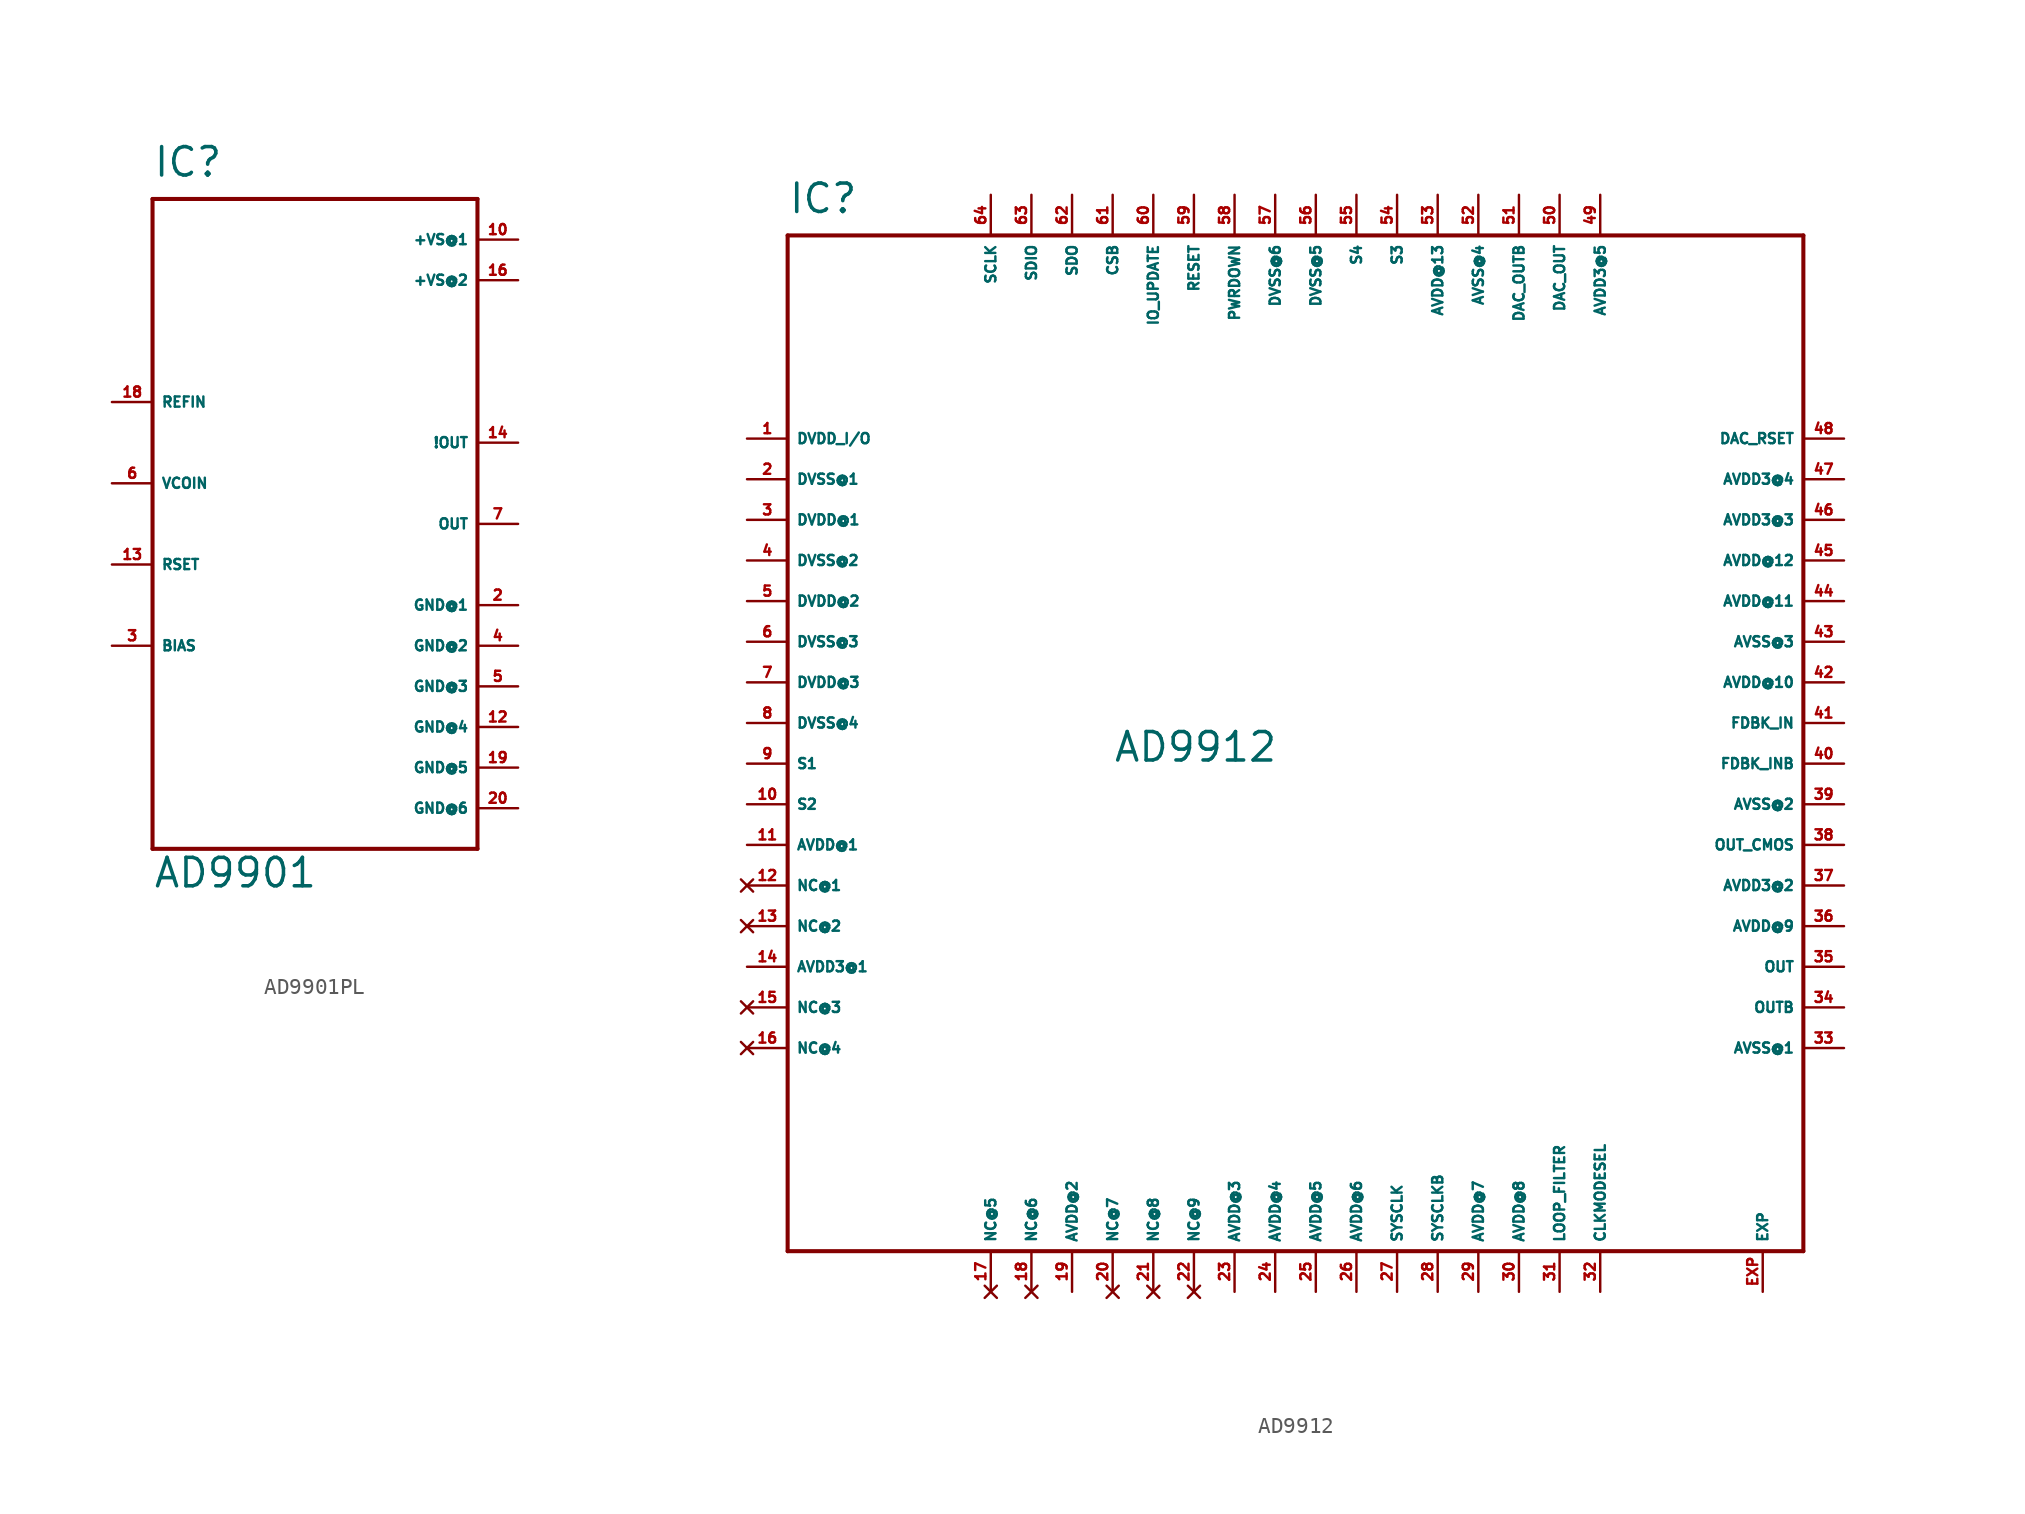
<source format=kicad_sym>
(kicad_symbol_lib
  (version 20220914)
  (generator Eagle2Kicad)
  (symbol "AD9901PL"
    (property "Reference" "IC"
      (at -10.16 21.59 0)
      (effects (font (size 1.778 1.778) (thickness 0.22)) (justify left bottom)))
    (property "Value" "AD9901"
      (at -10.16 -22.86 0)
      (effects (font (size 1.778 1.778) (thickness 0.22)) (justify left bottom)))
    (polyline
      (pts (xy -10.16 20.32) (xy 10.16 20.32))
      (stroke (width 0.254) (type default))
      (fill (type none)))
    (polyline
      (pts (xy 10.16 20.32) (xy 10.16 -20.32))
      (stroke (width 0.254) (type default))
      (fill (type none)))
    (polyline
      (pts (xy 10.16 -20.32) (xy -10.16 -20.32))
      (stroke (width 0.254) (type default))
      (fill (type none)))
    (polyline
      (pts (xy -10.16 -20.32) (xy -10.16 20.32))
      (stroke (width 0.254) (type default))
      (fill (type none)))
    (pin output line
      (at -12.7 7.62 0)
      (length 2.54)
      (name "REFIN" (effects (font (size 0.635 0.635) (thickness 0.08)) (justify left bottom)))
      (number "18" (effects (font (size 0.635 0.635) (thickness 0.08)) (justify left bottom))))
    (pin input line
      (at 12.7 0 180)
      (length 2.54)
      (name "OUT" (effects (font (size 0.635 0.635) (thickness 0.08)) (justify left bottom)))
      (number "7" (effects (font (size 0.635 0.635) (thickness 0.08)) (justify left bottom))))
    (pin input line
      (at 12.7 5.08 180)
      (length 2.54)
      (name "!OUT" (effects (font (size 0.635 0.635) (thickness 0.08)) (justify left bottom)))
      (number "14" (effects (font (size 0.635 0.635) (thickness 0.08)) (justify left bottom))))
    (pin input line
      (at -12.7 -7.62 0)
      (length 2.54)
      (name "BIAS" (effects (font (size 0.635 0.635) (thickness 0.08)) (justify left bottom)))
      (number "3" (effects (font (size 0.635 0.635) (thickness 0.08)) (justify left bottom))))
    (pin input line
      (at -12.7 2.54 0)
      (length 2.54)
      (name "VCOIN" (effects (font (size 0.635 0.635) (thickness 0.08)) (justify left bottom)))
      (number "6" (effects (font (size 0.635 0.635) (thickness 0.08)) (justify left bottom))))
    (pin input line
      (at -12.7 -2.54 0)
      (length 2.54)
      (name "RSET" (effects (font (size 0.635 0.635) (thickness 0.08)) (justify left bottom)))
      (number "13" (effects (font (size 0.635 0.635) (thickness 0.08)) (justify left bottom))))
    (pin input line
      (at 12.7 17.78 180)
      (length 2.54)
      (name "+VS@1" (effects (font (size 0.635 0.635) (thickness 0.08)) (justify left bottom)))
      (number "10" (effects (font (size 0.635 0.635) (thickness 0.08)) (justify left bottom))))
    (pin input line
      (at 12.7 15.24 180)
      (length 2.54)
      (name "+VS@2" (effects (font (size 0.635 0.635) (thickness 0.08)) (justify left bottom)))
      (number "16" (effects (font (size 0.635 0.635) (thickness 0.08)) (justify left bottom))))
    (pin input line
      (at 12.7 -5.08 180)
      (length 2.54)
      (name "GND@1" (effects (font (size 0.635 0.635) (thickness 0.08)) (justify left bottom)))
      (number "2" (effects (font (size 0.635 0.635) (thickness 0.08)) (justify left bottom))))
    (pin input line
      (at 12.7 -7.62 180)
      (length 2.54)
      (name "GND@2" (effects (font (size 0.635 0.635) (thickness 0.08)) (justify left bottom)))
      (number "4" (effects (font (size 0.635 0.635) (thickness 0.08)) (justify left bottom))))
    (pin input line
      (at 12.7 -10.16 180)
      (length 2.54)
      (name "GND@3" (effects (font (size 0.635 0.635) (thickness 0.08)) (justify left bottom)))
      (number "5" (effects (font (size 0.635 0.635) (thickness 0.08)) (justify left bottom))))
    (pin input line
      (at 12.7 -12.7 180)
      (length 2.54)
      (name "GND@4" (effects (font (size 0.635 0.635) (thickness 0.08)) (justify left bottom)))
      (number "12" (effects (font (size 0.635 0.635) (thickness 0.08)) (justify left bottom))))
    (pin input line
      (at 12.7 -15.24 180)
      (length 2.54)
      (name "GND@5" (effects (font (size 0.635 0.635) (thickness 0.08)) (justify left bottom)))
      (number "19" (effects (font (size 0.635 0.635) (thickness 0.08)) (justify left bottom))))
    (pin input line
      (at 12.7 -17.78 180)
      (length 2.54)
      (name "GND@6" (effects (font (size 0.635 0.635) (thickness 0.08)) (justify left bottom)))
      (number "20" (effects (font (size 0.635 0.635) (thickness 0.08)) (justify left bottom)))))
  (symbol "AD9912"
    (property "Reference" "IC"
      (at -30.48 31.75 0)
      (effects (font (size 1.778 1.778) (thickness 0.22)) (justify left bottom)))
    (property "Value" "AD9912"
      (at -10.16 -2.54 0)
      (effects (font (size 1.778 1.778) (thickness 0.22)) (justify left bottom)))
    (polyline
      (pts (xy -30.48 30.48) (xy 33.02 30.48))
      (stroke (width 0.254) (type default))
      (fill (type none)))
    (polyline
      (pts (xy 33.02 30.48) (xy 33.02 -33.02))
      (stroke (width 0.254) (type default))
      (fill (type none)))
    (polyline
      (pts (xy 33.02 -33.02) (xy -30.48 -33.02))
      (stroke (width 0.254) (type default))
      (fill (type none)))
    (polyline
      (pts (xy -30.48 -33.02) (xy -30.48 30.48))
      (stroke (width 0.254) (type default))
      (fill (type none)))
    (pin unspecified line
      (at -33.02 17.78 0)
      (length 2.54)
      (name "DVDD_I/O" (effects (font (size 0.635 0.635) (thickness 0.08)) (justify left bottom)))
      (number "1" (effects (font (size 0.635 0.635) (thickness 0.08)) (justify left bottom))))
    (pin unspecified line
      (at -33.02 15.24 0)
      (length 2.54)
      (name "DVSS@1" (effects (font (size 0.635 0.635) (thickness 0.08)) (justify left bottom)))
      (number "2" (effects (font (size 0.635 0.635) (thickness 0.08)) (justify left bottom))))
    (pin unspecified line
      (at -33.02 12.7 0)
      (length 2.54)
      (name "DVDD@1" (effects (font (size 0.635 0.635) (thickness 0.08)) (justify left bottom)))
      (number "3" (effects (font (size 0.635 0.635) (thickness 0.08)) (justify left bottom))))
    (pin unspecified line
      (at -33.02 10.16 0)
      (length 2.54)
      (name "DVSS@2" (effects (font (size 0.635 0.635) (thickness 0.08)) (justify left bottom)))
      (number "4" (effects (font (size 0.635 0.635) (thickness 0.08)) (justify left bottom))))
    (pin unspecified line
      (at -33.02 7.62 0)
      (length 2.54)
      (name "DVDD@2" (effects (font (size 0.635 0.635) (thickness 0.08)) (justify left bottom)))
      (number "5" (effects (font (size 0.635 0.635) (thickness 0.08)) (justify left bottom))))
    (pin unspecified line
      (at -33.02 5.08 0)
      (length 2.54)
      (name "DVSS@3" (effects (font (size 0.635 0.635) (thickness 0.08)) (justify left bottom)))
      (number "6" (effects (font (size 0.635 0.635) (thickness 0.08)) (justify left bottom))))
    (pin unspecified line
      (at -33.02 2.54 0)
      (length 2.54)
      (name "DVDD@3" (effects (font (size 0.635 0.635) (thickness 0.08)) (justify left bottom)))
      (number "7" (effects (font (size 0.635 0.635) (thickness 0.08)) (justify left bottom))))
    (pin unspecified line
      (at -33.02 0 0)
      (length 2.54)
      (name "DVSS@4" (effects (font (size 0.635 0.635) (thickness 0.08)) (justify left bottom)))
      (number "8" (effects (font (size 0.635 0.635) (thickness 0.08)) (justify left bottom))))
    (pin input line
      (at -33.02 -2.54 0)
      (length 2.54)
      (name "S1" (effects (font (size 0.635 0.635) (thickness 0.08)) (justify left bottom)))
      (number "9" (effects (font (size 0.635 0.635) (thickness 0.08)) (justify left bottom))))
    (pin input line
      (at -33.02 -5.08 0)
      (length 2.54)
      (name "S2" (effects (font (size 0.635 0.635) (thickness 0.08)) (justify left bottom)))
      (number "10" (effects (font (size 0.635 0.635) (thickness 0.08)) (justify left bottom))))
    (pin unspecified line
      (at -33.02 -7.62 0)
      (length 2.54)
      (name "AVDD@1" (effects (font (size 0.635 0.635) (thickness 0.08)) (justify left bottom)))
      (number "11" (effects (font (size 0.635 0.635) (thickness 0.08)) (justify left bottom))))
    (pin no_connect line
      (at -33.02 -10.16 0)
      (length 2.54)
      (name "NC@1" (effects (font (size 0.635 0.635) (thickness 0.08)) (justify left bottom) hide))
      (number "12" (effects (font (size 0.635 0.635) (thickness 0.08)) (justify left bottom) hide)))
    (pin no_connect line
      (at -33.02 -12.7 0)
      (length 2.54)
      (name "NC@2" (effects (font (size 0.635 0.635) (thickness 0.08)) (justify left bottom) hide))
      (number "13" (effects (font (size 0.635 0.635) (thickness 0.08)) (justify left bottom) hide)))
    (pin unspecified line
      (at -33.02 -15.24 0)
      (length 2.54)
      (name "AVDD3@1" (effects (font (size 0.635 0.635) (thickness 0.08)) (justify left bottom)))
      (number "14" (effects (font (size 0.635 0.635) (thickness 0.08)) (justify left bottom))))
    (pin no_connect line
      (at -33.02 -17.78 0)
      (length 2.54)
      (name "NC@3" (effects (font (size 0.635 0.635) (thickness 0.08)) (justify left bottom) hide))
      (number "15" (effects (font (size 0.635 0.635) (thickness 0.08)) (justify left bottom) hide)))
    (pin no_connect line
      (at -33.02 -20.32 0)
      (length 2.54)
      (name "NC@4" (effects (font (size 0.635 0.635) (thickness 0.08)) (justify left bottom) hide))
      (number "16" (effects (font (size 0.635 0.635) (thickness 0.08)) (justify left bottom) hide)))
    (pin no_connect line
      (at -17.78 -35.56 90)
      (length 2.54)
      (name "NC@5" (effects (font (size 0.635 0.635) (thickness 0.08)) (justify left bottom) hide))
      (number "17" (effects (font (size 0.635 0.635) (thickness 0.08)) (justify left bottom) hide)))
    (pin no_connect line
      (at -15.24 -35.56 90)
      (length 2.54)
      (name "NC@6" (effects (font (size 0.635 0.635) (thickness 0.08)) (justify left bottom) hide))
      (number "18" (effects (font (size 0.635 0.635) (thickness 0.08)) (justify left bottom) hide)))
    (pin unspecified line
      (at -12.7 -35.56 90)
      (length 2.54)
      (name "AVDD@2" (effects (font (size 0.635 0.635) (thickness 0.08)) (justify left bottom)))
      (number "19" (effects (font (size 0.635 0.635) (thickness 0.08)) (justify left bottom))))
    (pin no_connect line
      (at -10.16 -35.56 90)
      (length 2.54)
      (name "NC@7" (effects (font (size 0.635 0.635) (thickness 0.08)) (justify left bottom) hide))
      (number "20" (effects (font (size 0.635 0.635) (thickness 0.08)) (justify left bottom) hide)))
    (pin no_connect line
      (at -7.62 -35.56 90)
      (length 2.54)
      (name "NC@8" (effects (font (size 0.635 0.635) (thickness 0.08)) (justify left bottom) hide))
      (number "21" (effects (font (size 0.635 0.635) (thickness 0.08)) (justify left bottom) hide)))
    (pin no_connect line
      (at -5.08 -35.56 90)
      (length 2.54)
      (name "NC@9" (effects (font (size 0.635 0.635) (thickness 0.08)) (justify left bottom) hide))
      (number "22" (effects (font (size 0.635 0.635) (thickness 0.08)) (justify left bottom) hide)))
    (pin unspecified line
      (at -2.54 -35.56 90)
      (length 2.54)
      (name "AVDD@3" (effects (font (size 0.635 0.635) (thickness 0.08)) (justify left bottom)))
      (number "23" (effects (font (size 0.635 0.635) (thickness 0.08)) (justify left bottom))))
    (pin unspecified line
      (at 0 -35.56 90)
      (length 2.54)
      (name "AVDD@4" (effects (font (size 0.635 0.635) (thickness 0.08)) (justify left bottom)))
      (number "24" (effects (font (size 0.635 0.635) (thickness 0.08)) (justify left bottom))))
    (pin unspecified line
      (at 2.54 -35.56 90)
      (length 2.54)
      (name "AVDD@5" (effects (font (size 0.635 0.635) (thickness 0.08)) (justify left bottom)))
      (number "25" (effects (font (size 0.635 0.635) (thickness 0.08)) (justify left bottom))))
    (pin unspecified line
      (at 5.08 -35.56 90)
      (length 2.54)
      (name "AVDD@6" (effects (font (size 0.635 0.635) (thickness 0.08)) (justify left bottom)))
      (number "26" (effects (font (size 0.635 0.635) (thickness 0.08)) (justify left bottom))))
    (pin input line
      (at 7.62 -35.56 90)
      (length 2.54)
      (name "SYSCLK" (effects (font (size 0.635 0.635) (thickness 0.08)) (justify left bottom)))
      (number "27" (effects (font (size 0.635 0.635) (thickness 0.08)) (justify left bottom))))
    (pin input line
      (at 10.16 -35.56 90)
      (length 2.54)
      (name "SYSCLKB" (effects (font (size 0.635 0.635) (thickness 0.08)) (justify left bottom)))
      (number "28" (effects (font (size 0.635 0.635) (thickness 0.08)) (justify left bottom))))
    (pin unspecified line
      (at 12.7 -35.56 90)
      (length 2.54)
      (name "AVDD@7" (effects (font (size 0.635 0.635) (thickness 0.08)) (justify left bottom)))
      (number "29" (effects (font (size 0.635 0.635) (thickness 0.08)) (justify left bottom))))
    (pin unspecified line
      (at 15.24 -35.56 90)
      (length 2.54)
      (name "AVDD@8" (effects (font (size 0.635 0.635) (thickness 0.08)) (justify left bottom)))
      (number "30" (effects (font (size 0.635 0.635) (thickness 0.08)) (justify left bottom))))
    (pin input line
      (at 17.78 -35.56 90)
      (length 2.54)
      (name "LOOP_FILTER" (effects (font (size 0.635 0.635) (thickness 0.08)) (justify left bottom)))
      (number "31" (effects (font (size 0.635 0.635) (thickness 0.08)) (justify left bottom))))
    (pin input line
      (at 20.32 -35.56 90)
      (length 2.54)
      (name "CLKMODESEL" (effects (font (size 0.635 0.635) (thickness 0.08)) (justify left bottom)))
      (number "32" (effects (font (size 0.635 0.635) (thickness 0.08)) (justify left bottom))))
    (pin unspecified line
      (at 35.56 -20.32 180)
      (length 2.54)
      (name "AVSS@1" (effects (font (size 0.635 0.635) (thickness 0.08)) (justify left bottom)))
      (number "33" (effects (font (size 0.635 0.635) (thickness 0.08)) (justify left bottom))))
    (pin output line
      (at 35.56 -17.78 180)
      (length 2.54)
      (name "OUTB" (effects (font (size 0.635 0.635) (thickness 0.08)) (justify left bottom)))
      (number "34" (effects (font (size 0.635 0.635) (thickness 0.08)) (justify left bottom))))
    (pin output line
      (at 35.56 -15.24 180)
      (length 2.54)
      (name "OUT" (effects (font (size 0.635 0.635) (thickness 0.08)) (justify left bottom)))
      (number "35" (effects (font (size 0.635 0.635) (thickness 0.08)) (justify left bottom))))
    (pin unspecified line
      (at 35.56 -12.7 180)
      (length 2.54)
      (name "AVDD@9" (effects (font (size 0.635 0.635) (thickness 0.08)) (justify left bottom)))
      (number "36" (effects (font (size 0.635 0.635) (thickness 0.08)) (justify left bottom))))
    (pin unspecified line
      (at 35.56 -10.16 180)
      (length 2.54)
      (name "AVDD3@2" (effects (font (size 0.635 0.635) (thickness 0.08)) (justify left bottom)))
      (number "37" (effects (font (size 0.635 0.635) (thickness 0.08)) (justify left bottom))))
    (pin output line
      (at 35.56 -7.62 180)
      (length 2.54)
      (name "OUT_CMOS" (effects (font (size 0.635 0.635) (thickness 0.08)) (justify left bottom)))
      (number "38" (effects (font (size 0.635 0.635) (thickness 0.08)) (justify left bottom))))
    (pin unspecified line
      (at 35.56 -5.08 180)
      (length 2.54)
      (name "AVSS@2" (effects (font (size 0.635 0.635) (thickness 0.08)) (justify left bottom)))
      (number "39" (effects (font (size 0.635 0.635) (thickness 0.08)) (justify left bottom))))
    (pin input line
      (at 35.56 -2.54 180)
      (length 2.54)
      (name "FDBK_INB" (effects (font (size 0.635 0.635) (thickness 0.08)) (justify left bottom)))
      (number "40" (effects (font (size 0.635 0.635) (thickness 0.08)) (justify left bottom))))
    (pin input line
      (at 35.56 0 180)
      (length 2.54)
      (name "FDBK_IN" (effects (font (size 0.635 0.635) (thickness 0.08)) (justify left bottom)))
      (number "41" (effects (font (size 0.635 0.635) (thickness 0.08)) (justify left bottom))))
    (pin unspecified line
      (at 35.56 2.54 180)
      (length 2.54)
      (name "AVDD@10" (effects (font (size 0.635 0.635) (thickness 0.08)) (justify left bottom)))
      (number "42" (effects (font (size 0.635 0.635) (thickness 0.08)) (justify left bottom))))
    (pin unspecified line
      (at 35.56 5.08 180)
      (length 2.54)
      (name "AVSS@3" (effects (font (size 0.635 0.635) (thickness 0.08)) (justify left bottom)))
      (number "43" (effects (font (size 0.635 0.635) (thickness 0.08)) (justify left bottom))))
    (pin unspecified line
      (at 35.56 7.62 180)
      (length 2.54)
      (name "AVDD@11" (effects (font (size 0.635 0.635) (thickness 0.08)) (justify left bottom)))
      (number "44" (effects (font (size 0.635 0.635) (thickness 0.08)) (justify left bottom))))
    (pin unspecified line
      (at 35.56 10.16 180)
      (length 2.54)
      (name "AVDD@12" (effects (font (size 0.635 0.635) (thickness 0.08)) (justify left bottom)))
      (number "45" (effects (font (size 0.635 0.635) (thickness 0.08)) (justify left bottom))))
    (pin unspecified line
      (at 35.56 12.7 180)
      (length 2.54)
      (name "AVDD3@3" (effects (font (size 0.635 0.635) (thickness 0.08)) (justify left bottom)))
      (number "46" (effects (font (size 0.635 0.635) (thickness 0.08)) (justify left bottom))))
    (pin unspecified line
      (at 35.56 15.24 180)
      (length 2.54)
      (name "AVDD3@4" (effects (font (size 0.635 0.635) (thickness 0.08)) (justify left bottom)))
      (number "47" (effects (font (size 0.635 0.635) (thickness 0.08)) (justify left bottom))))
    (pin input line
      (at 35.56 17.78 180)
      (length 2.54)
      (name "DAC_RSET" (effects (font (size 0.635 0.635) (thickness 0.08)) (justify left bottom)))
      (number "48" (effects (font (size 0.635 0.635) (thickness 0.08)) (justify left bottom))))
    (pin unspecified line
      (at 20.32 33.02 270)
      (length 2.54)
      (name "AVDD3@5" (effects (font (size 0.635 0.635) (thickness 0.08)) (justify left bottom)))
      (number "49" (effects (font (size 0.635 0.635) (thickness 0.08)) (justify left bottom))))
    (pin output line
      (at 17.78 33.02 270)
      (length 2.54)
      (name "DAC_OUT" (effects (font (size 0.635 0.635) (thickness 0.08)) (justify left bottom)))
      (number "50" (effects (font (size 0.635 0.635) (thickness 0.08)) (justify left bottom))))
    (pin output line
      (at 15.24 33.02 270)
      (length 2.54)
      (name "DAC_OUTB" (effects (font (size 0.635 0.635) (thickness 0.08)) (justify left bottom)))
      (number "51" (effects (font (size 0.635 0.635) (thickness 0.08)) (justify left bottom))))
    (pin unspecified line
      (at 12.7 33.02 270)
      (length 2.54)
      (name "AVSS@4" (effects (font (size 0.635 0.635) (thickness 0.08)) (justify left bottom)))
      (number "52" (effects (font (size 0.635 0.635) (thickness 0.08)) (justify left bottom))))
    (pin unspecified line
      (at 10.16 33.02 270)
      (length 2.54)
      (name "AVDD@13" (effects (font (size 0.635 0.635) (thickness 0.08)) (justify left bottom)))
      (number "53" (effects (font (size 0.635 0.635) (thickness 0.08)) (justify left bottom))))
    (pin input line
      (at 7.62 33.02 270)
      (length 2.54)
      (name "S3" (effects (font (size 0.635 0.635) (thickness 0.08)) (justify left bottom)))
      (number "54" (effects (font (size 0.635 0.635) (thickness 0.08)) (justify left bottom))))
    (pin input line
      (at 5.08 33.02 270)
      (length 2.54)
      (name "S4" (effects (font (size 0.635 0.635) (thickness 0.08)) (justify left bottom)))
      (number "55" (effects (font (size 0.635 0.635) (thickness 0.08)) (justify left bottom))))
    (pin unspecified line
      (at 2.54 33.02 270)
      (length 2.54)
      (name "DVSS@5" (effects (font (size 0.635 0.635) (thickness 0.08)) (justify left bottom)))
      (number "56" (effects (font (size 0.635 0.635) (thickness 0.08)) (justify left bottom))))
    (pin unspecified line
      (at 0 33.02 270)
      (length 2.54)
      (name "DVSS@6" (effects (font (size 0.635 0.635) (thickness 0.08)) (justify left bottom)))
      (number "57" (effects (font (size 0.635 0.635) (thickness 0.08)) (justify left bottom))))
    (pin input line
      (at -2.54 33.02 270)
      (length 2.54)
      (name "PWRDOWN" (effects (font (size 0.635 0.635) (thickness 0.08)) (justify left bottom)))
      (number "58" (effects (font (size 0.635 0.635) (thickness 0.08)) (justify left bottom))))
    (pin input line
      (at -5.08 33.02 270)
      (length 2.54)
      (name "RESET" (effects (font (size 0.635 0.635) (thickness 0.08)) (justify left bottom)))
      (number "59" (effects (font (size 0.635 0.635) (thickness 0.08)) (justify left bottom))))
    (pin input line
      (at -7.62 33.02 270)
      (length 2.54)
      (name "IO_UPDATE" (effects (font (size 0.635 0.635) (thickness 0.08)) (justify left bottom)))
      (number "60" (effects (font (size 0.635 0.635) (thickness 0.08)) (justify left bottom))))
    (pin input line
      (at -10.16 33.02 270)
      (length 2.54)
      (name "CSB" (effects (font (size 0.635 0.635) (thickness 0.08)) (justify left bottom)))
      (number "61" (effects (font (size 0.635 0.635) (thickness 0.08)) (justify left bottom))))
    (pin input line
      (at -12.7 33.02 270)
      (length 2.54)
      (name "SDO" (effects (font (size 0.635 0.635) (thickness 0.08)) (justify left bottom)))
      (number "62" (effects (font (size 0.635 0.635) (thickness 0.08)) (justify left bottom))))
    (pin input line
      (at -15.24 33.02 270)
      (length 2.54)
      (name "SDIO" (effects (font (size 0.635 0.635) (thickness 0.08)) (justify left bottom)))
      (number "63" (effects (font (size 0.635 0.635) (thickness 0.08)) (justify left bottom))))
    (pin input line
      (at -17.78 33.02 270)
      (length 2.54)
      (name "SCLK" (effects (font (size 0.635 0.635) (thickness 0.08)) (justify left bottom)))
      (number "64" (effects (font (size 0.635 0.635) (thickness 0.08)) (justify left bottom))))
    (pin passive line
      (at 30.48 -35.56 90)
      (length 2.54)
      (name "EXP" (effects (font (size 0.635 0.635) (thickness 0.08)) (justify left bottom)))
      (number "EXP" (effects (font (size 0.635 0.635) (thickness 0.08)) (justify left bottom))))))
</source>
